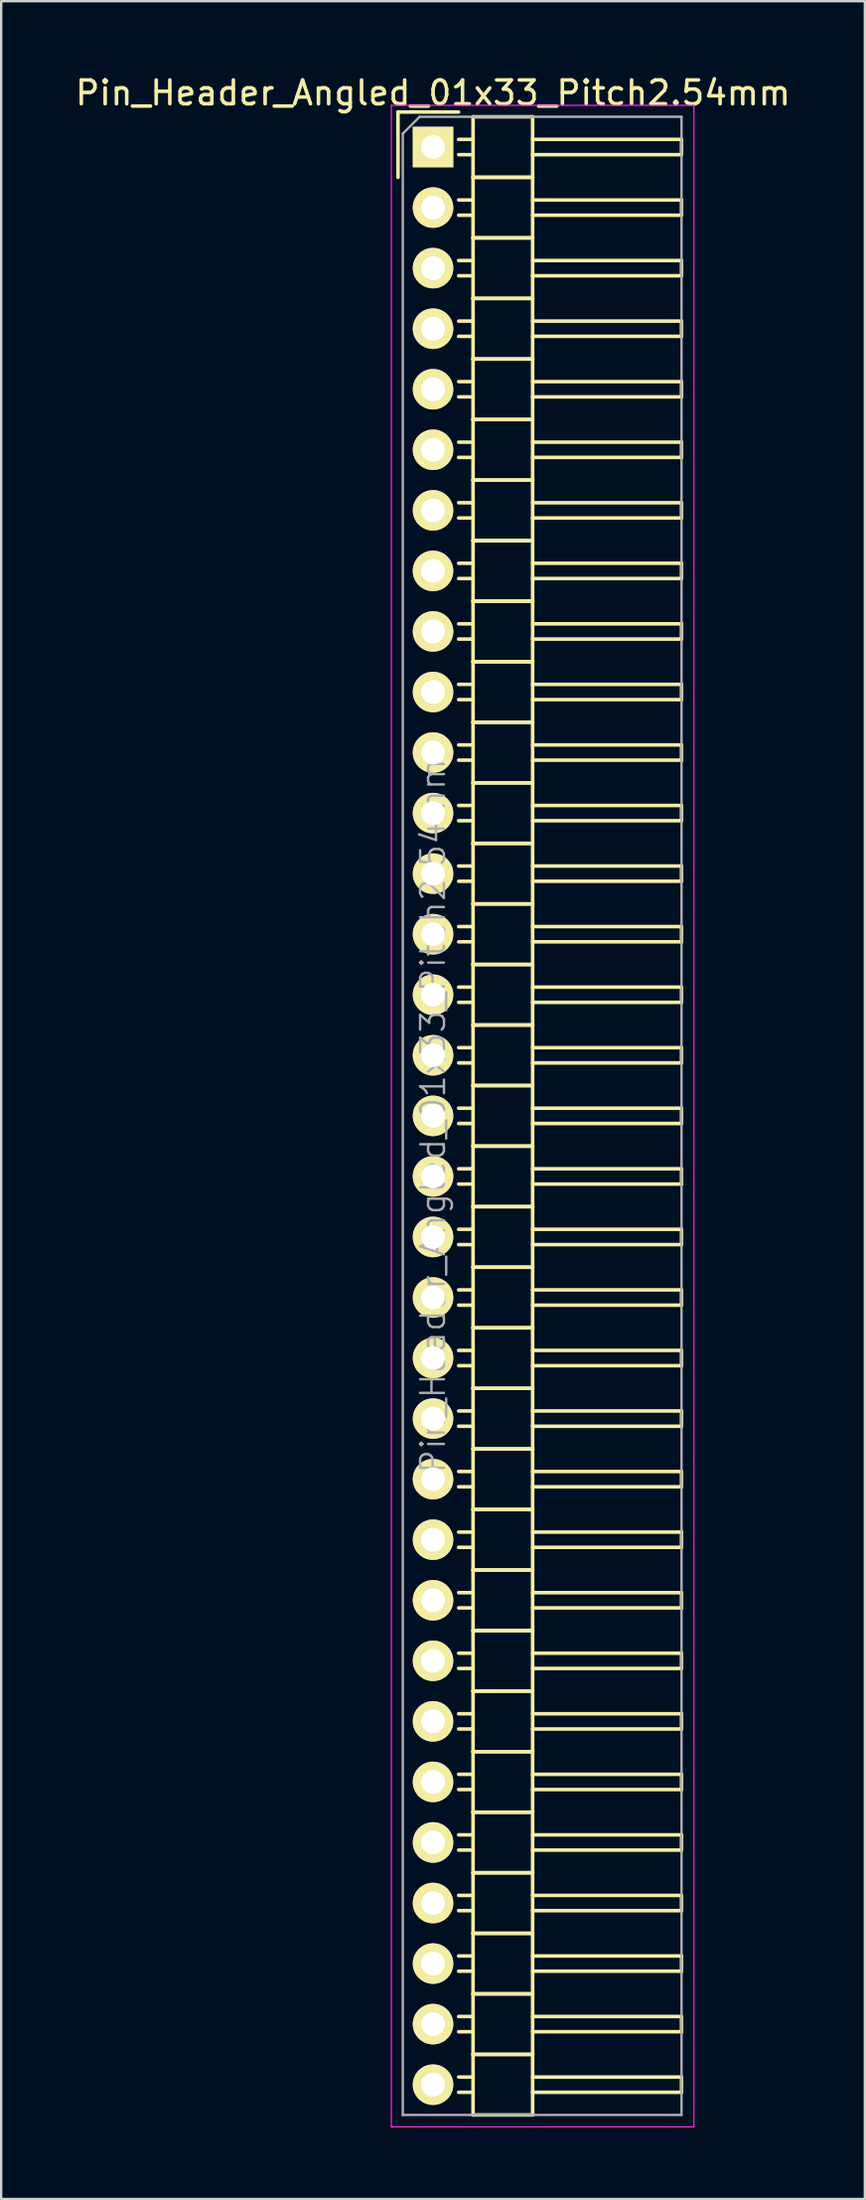
<source format=kicad_pcb>
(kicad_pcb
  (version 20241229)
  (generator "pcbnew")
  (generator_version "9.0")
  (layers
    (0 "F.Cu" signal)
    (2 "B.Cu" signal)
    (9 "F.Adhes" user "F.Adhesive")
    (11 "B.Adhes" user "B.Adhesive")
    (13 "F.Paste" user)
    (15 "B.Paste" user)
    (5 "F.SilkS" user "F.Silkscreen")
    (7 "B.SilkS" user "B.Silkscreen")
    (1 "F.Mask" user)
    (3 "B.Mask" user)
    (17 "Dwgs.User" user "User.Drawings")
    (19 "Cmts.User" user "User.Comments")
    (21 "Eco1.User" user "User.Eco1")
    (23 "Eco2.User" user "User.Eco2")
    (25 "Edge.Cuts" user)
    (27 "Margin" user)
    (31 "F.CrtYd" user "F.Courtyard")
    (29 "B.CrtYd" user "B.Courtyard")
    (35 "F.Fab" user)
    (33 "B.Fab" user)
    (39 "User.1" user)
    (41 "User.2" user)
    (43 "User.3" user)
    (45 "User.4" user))
  (footprint "Pin_Header_Angled_01x33_Pitch2.54mm"
    (layer "F.Cu")
    (at 15.125 3.118)
    (property "Reference" "Pin_Header_Angled_01x33_Pitch2.54mm" (at 0 -2.27 0) (layer "F.SilkS") (effects (font (size 1 1) (thickness 0.15))))
    (attr smd)
    (fp_line (start -1.47 -1.47) (end -1.47 1.27) (stroke (width 0.15) (type solid)) (layer "F.SilkS"))
    (fp_line (start -1.47 -1.47) (end 1.07 -1.47) (stroke (width 0.15) (type solid)) (layer "F.SilkS"))
    (fp_line (start 1.68 -0.32) (end 1.075 -0.32) (stroke (width 0.15) (type solid)) (layer "F.SilkS"))
    (fp_line (start 1.68 0.32) (end 1.075 0.32) (stroke (width 0.15) (type solid)) (layer "F.SilkS"))
    (fp_line (start 1.68 1.27) (end 1.68 -1.27) (stroke (width 0.15) (type solid)) (layer "F.SilkS"))
    (fp_line (start 1.68 2.22) (end 1.075 2.22) (stroke (width 0.15) (type solid)) (layer "F.SilkS"))
    (fp_line (start 1.68 2.86) (end 1.075 2.86) (stroke (width 0.15) (type solid)) (layer "F.SilkS"))
    (fp_line (start 1.68 3.81) (end 1.68 1.27) (stroke (width 0.15) (type solid)) (layer "F.SilkS"))
    (fp_line (start 1.68 4.76) (end 1.075 4.76) (stroke (width 0.15) (type solid)) (layer "F.SilkS"))
    (fp_line (start 1.68 5.4) (end 1.075 5.4) (stroke (width 0.15) (type solid)) (layer "F.SilkS"))
    (fp_line (start 1.68 6.35) (end 1.68 3.81) (stroke (width 0.15) (type solid)) (layer "F.SilkS"))
    (fp_line (start 1.68 7.3) (end 1.075 7.3) (stroke (width 0.15) (type solid)) (layer "F.SilkS"))
    (fp_line (start 1.68 7.94) (end 1.075 7.94) (stroke (width 0.15) (type solid)) (layer "F.SilkS"))
    (fp_line (start 1.68 8.89) (end 1.68 6.35) (stroke (width 0.15) (type solid)) (layer "F.SilkS"))
    (fp_line (start 1.68 9.84) (end 1.075 9.84) (stroke (width 0.15) (type solid)) (layer "F.SilkS"))
    (fp_line (start 1.68 10.48) (end 1.075 10.48) (stroke (width 0.15) (type solid)) (layer "F.SilkS"))
    (fp_line (start 1.68 11.43) (end 1.68 8.89) (stroke (width 0.15) (type solid)) (layer "F.SilkS"))
    (fp_line (start 1.68 12.38) (end 1.075 12.38) (stroke (width 0.15) (type solid)) (layer "F.SilkS"))
    (fp_line (start 1.68 13.02) (end 1.075 13.02) (stroke (width 0.15) (type solid)) (layer "F.SilkS"))
    (fp_line (start 1.68 13.97) (end 1.68 11.43) (stroke (width 0.15) (type solid)) (layer "F.SilkS"))
    (fp_line (start 1.68 14.92) (end 1.075 14.92) (stroke (width 0.15) (type solid)) (layer "F.SilkS"))
    (fp_line (start 1.68 15.56) (end 1.075 15.56) (stroke (width 0.15) (type solid)) (layer "F.SilkS"))
    (fp_line (start 1.68 16.51) (end 1.68 13.97) (stroke (width 0.15) (type solid)) (layer "F.SilkS"))
    (fp_line (start 1.68 17.46) (end 1.075 17.46) (stroke (width 0.15) (type solid)) (layer "F.SilkS"))
    (fp_line (start 1.68 18.1) (end 1.075 18.1) (stroke (width 0.15) (type solid)) (layer "F.SilkS"))
    (fp_line (start 1.68 19.05) (end 1.68 16.51) (stroke (width 0.15) (type solid)) (layer "F.SilkS"))
    (fp_line (start 1.68 20) (end 1.075 20) (stroke (width 0.15) (type solid)) (layer "F.SilkS"))
    (fp_line (start 1.68 20.64) (end 1.075 20.64) (stroke (width 0.15) (type solid)) (layer "F.SilkS"))
    (fp_line (start 1.68 21.59) (end 1.68 19.05) (stroke (width 0.15) (type solid)) (layer "F.SilkS"))
    (fp_line (start 1.68 22.54) (end 1.075 22.54) (stroke (width 0.15) (type solid)) (layer "F.SilkS"))
    (fp_line (start 1.68 23.18) (end 1.075 23.18) (stroke (width 0.15) (type solid)) (layer "F.SilkS"))
    (fp_line (start 1.68 24.13) (end 1.68 21.59) (stroke (width 0.15) (type solid)) (layer "F.SilkS"))
    (fp_line (start 1.68 25.08) (end 1.075 25.08) (stroke (width 0.15) (type solid)) (layer "F.SilkS"))
    (fp_line (start 1.68 25.72) (end 1.075 25.72) (stroke (width 0.15) (type solid)) (layer "F.SilkS"))
    (fp_line (start 1.68 26.67) (end 1.68 24.13) (stroke (width 0.15) (type solid)) (layer "F.SilkS"))
    (fp_line (start 1.68 27.62) (end 1.075 27.62) (stroke (width 0.15) (type solid)) (layer "F.SilkS"))
    (fp_line (start 1.68 28.26) (end 1.075 28.26) (stroke (width 0.15) (type solid)) (layer "F.SilkS"))
    (fp_line (start 1.68 29.21) (end 1.68 26.67) (stroke (width 0.15) (type solid)) (layer "F.SilkS"))
    (fp_line (start 1.68 30.16) (end 1.075 30.16) (stroke (width 0.15) (type solid)) (layer "F.SilkS"))
    (fp_line (start 1.68 30.8) (end 1.075 30.8) (stroke (width 0.15) (type solid)) (layer "F.SilkS"))
    (fp_line (start 1.68 31.75) (end 1.68 29.21) (stroke (width 0.15) (type solid)) (layer "F.SilkS"))
    (fp_line (start 1.68 32.7) (end 1.075 32.7) (stroke (width 0.15) (type solid)) (layer "F.SilkS"))
    (fp_line (start 1.68 33.34) (end 1.075 33.34) (stroke (width 0.15) (type solid)) (layer "F.SilkS"))
    (fp_line (start 1.68 34.29) (end 1.68 31.75) (stroke (width 0.15) (type solid)) (layer "F.SilkS"))
    (fp_line (start 1.68 35.24) (end 1.075 35.24) (stroke (width 0.15) (type solid)) (layer "F.SilkS"))
    (fp_line (start 1.68 35.88) (end 1.075 35.88) (stroke (width 0.15) (type solid)) (layer "F.SilkS"))
    (fp_line (start 1.68 36.83) (end 1.68 34.29) (stroke (width 0.15) (type solid)) (layer "F.SilkS"))
    (fp_line (start 1.68 37.78) (end 1.075 37.78) (stroke (width 0.15) (type solid)) (layer "F.SilkS"))
    (fp_line (start 1.68 38.42) (end 1.075 38.42) (stroke (width 0.15) (type solid)) (layer "F.SilkS"))
    (fp_line (start 1.68 39.37) (end 1.68 36.83) (stroke (width 0.15) (type solid)) (layer "F.SilkS"))
    (fp_line (start 1.68 40.32) (end 1.075 40.32) (stroke (width 0.15) (type solid)) (layer "F.SilkS"))
    (fp_line (start 1.68 40.96) (end 1.075 40.96) (stroke (width 0.15) (type solid)) (layer "F.SilkS"))
    (fp_line (start 1.68 41.91) (end 1.68 39.37) (stroke (width 0.15) (type solid)) (layer "F.SilkS"))
    (fp_line (start 1.68 42.86) (end 1.075 42.86) (stroke (width 0.15) (type solid)) (layer "F.SilkS"))
    (fp_line (start 1.68 43.5) (end 1.075 43.5) (stroke (width 0.15) (type solid)) (layer "F.SilkS"))
    (fp_line (start 1.68 44.45) (end 1.68 41.91) (stroke (width 0.15) (type solid)) (layer "F.SilkS"))
    (fp_line (start 1.68 45.4) (end 1.075 45.4) (stroke (width 0.15) (type solid)) (layer "F.SilkS"))
    (fp_line (start 1.68 46.04) (end 1.075 46.04) (stroke (width 0.15) (type solid)) (layer "F.SilkS"))
    (fp_line (start 1.68 46.99) (end 1.68 44.45) (stroke (width 0.15) (type solid)) (layer "F.SilkS"))
    (fp_line (start 1.68 47.94) (end 1.075 47.94) (stroke (width 0.15) (type solid)) (layer "F.SilkS"))
    (fp_line (start 1.68 48.58) (end 1.075 48.58) (stroke (width 0.15) (type solid)) (layer "F.SilkS"))
    (fp_line (start 1.68 49.53) (end 1.68 46.99) (stroke (width 0.15) (type solid)) (layer "F.SilkS"))
    (fp_line (start 1.68 50.48) (end 1.075 50.48) (stroke (width 0.15) (type solid)) (layer "F.SilkS"))
    (fp_line (start 1.68 51.12) (end 1.075 51.12) (stroke (width 0.15) (type solid)) (layer "F.SilkS"))
    (fp_line (start 1.68 52.07) (end 1.68 49.53) (stroke (width 0.15) (type solid)) (layer "F.SilkS"))
    (fp_line (start 1.68 53.02) (end 1.075 53.02) (stroke (width 0.15) (type solid)) (layer "F.SilkS"))
    (fp_line (start 1.68 53.66) (end 1.075 53.66) (stroke (width 0.15) (type solid)) (layer "F.SilkS"))
    (fp_line (start 1.68 54.61) (end 1.68 52.07) (stroke (width 0.15) (type solid)) (layer "F.SilkS"))
    (fp_line (start 1.68 55.56) (end 1.075 55.56) (stroke (width 0.15) (type solid)) (layer "F.SilkS"))
    (fp_line (start 1.68 56.2) (end 1.075 56.2) (stroke (width 0.15) (type solid)) (layer "F.SilkS"))
    (fp_line (start 1.68 57.15) (end 1.68 54.61) (stroke (width 0.15) (type solid)) (layer "F.SilkS"))
    (fp_line (start 1.68 58.1) (end 1.075 58.1) (stroke (width 0.15) (type solid)) (layer "F.SilkS"))
    (fp_line (start 1.68 58.74) (end 1.075 58.74) (stroke (width 0.15) (type solid)) (layer "F.SilkS"))
    (fp_line (start 1.68 59.69) (end 1.68 57.15) (stroke (width 0.15) (type solid)) (layer "F.SilkS"))
    (fp_line (start 1.68 60.64) (end 1.075 60.64) (stroke (width 0.15) (type solid)) (layer "F.SilkS"))
    (fp_line (start 1.68 61.28) (end 1.075 61.28) (stroke (width 0.15) (type solid)) (layer "F.SilkS"))
    (fp_line (start 1.68 62.23) (end 1.68 59.69) (stroke (width 0.15) (type solid)) (layer "F.SilkS"))
    (fp_line (start 1.68 63.18) (end 1.075 63.18) (stroke (width 0.15) (type solid)) (layer "F.SilkS"))
    (fp_line (start 1.68 63.82) (end 1.075 63.82) (stroke (width 0.15) (type solid)) (layer "F.SilkS"))
    (fp_line (start 1.68 64.77) (end 1.68 62.23) (stroke (width 0.15) (type solid)) (layer "F.SilkS"))
    (fp_line (start 1.68 65.72) (end 1.075 65.72) (stroke (width 0.15) (type solid)) (layer "F.SilkS"))
    (fp_line (start 1.68 66.36) (end 1.075 66.36) (stroke (width 0.15) (type solid)) (layer "F.SilkS"))
    (fp_line (start 1.68 67.31) (end 1.68 64.77) (stroke (width 0.15) (type solid)) (layer "F.SilkS"))
    (fp_line (start 1.68 68.26) (end 1.075 68.26) (stroke (width 0.15) (type solid)) (layer "F.SilkS"))
    (fp_line (start 1.68 68.9) (end 1.075 68.9) (stroke (width 0.15) (type solid)) (layer "F.SilkS"))
    (fp_line (start 1.68 69.85) (end 1.68 67.31) (stroke (width 0.15) (type solid)) (layer "F.SilkS"))
    (fp_line (start 1.68 70.8) (end 1.075 70.8) (stroke (width 0.15) (type solid)) (layer "F.SilkS"))
    (fp_line (start 1.68 71.44) (end 1.075 71.44) (stroke (width 0.15) (type solid)) (layer "F.SilkS"))
    (fp_line (start 1.68 72.39) (end 1.68 69.85) (stroke (width 0.15) (type solid)) (layer "F.SilkS"))
    (fp_line (start 1.68 73.34) (end 1.075 73.34) (stroke (width 0.15) (type solid)) (layer "F.SilkS"))
    (fp_line (start 1.68 73.98) (end 1.075 73.98) (stroke (width 0.15) (type solid)) (layer "F.SilkS"))
    (fp_line (start 1.68 74.93) (end 1.68 72.39) (stroke (width 0.15) (type solid)) (layer "F.SilkS"))
    (fp_line (start 1.68 75.88) (end 1.075 75.88) (stroke (width 0.15) (type solid)) (layer "F.SilkS"))
    (fp_line (start 1.68 76.52) (end 1.075 76.52) (stroke (width 0.15) (type solid)) (layer "F.SilkS"))
    (fp_line (start 1.68 77.47) (end 1.68 74.93) (stroke (width 0.15) (type solid)) (layer "F.SilkS"))
    (fp_line (start 1.68 78.42) (end 1.075 78.42) (stroke (width 0.15) (type solid)) (layer "F.SilkS"))
    (fp_line (start 1.68 79.06) (end 1.075 79.06) (stroke (width 0.15) (type solid)) (layer "F.SilkS"))
    (fp_line (start 1.68 80.01) (end 1.68 77.47) (stroke (width 0.15) (type solid)) (layer "F.SilkS"))
    (fp_line (start 1.68 80.96) (end 1.075 80.96) (stroke (width 0.15) (type solid)) (layer "F.SilkS"))
    (fp_line (start 1.68 81.6) (end 1.075 81.6) (stroke (width 0.15) (type solid)) (layer "F.SilkS"))
    (fp_line (start 1.68 82.55) (end 1.68 80.01) (stroke (width 0.15) (type solid)) (layer "F.SilkS"))
    (fp_line (start 4.18 -1.27) (end 1.68 -1.27) (stroke (width 0.15) (type solid)) (layer "F.SilkS"))
    (fp_line (start 4.18 -0.32) (end 10.43 -0.32) (stroke (width 0.15) (type solid)) (layer "F.SilkS"))
    (fp_line (start 4.18 0.32) (end 10.43 0.32) (stroke (width 0.15) (type solid)) (layer "F.SilkS"))
    (fp_line (start 4.18 1.27) (end 1.68 1.27) (stroke (width 0.15) (type solid)) (layer "F.SilkS"))
    (fp_line (start 4.18 1.27) (end 1.68 1.27) (stroke (width 0.15) (type solid)) (layer "F.SilkS"))
    (fp_line (start 4.18 1.27) (end 4.18 -1.27) (stroke (width 0.15) (type solid)) (layer "F.SilkS"))
    (fp_line (start 4.18 2.22) (end 10.43 2.22) (stroke (width 0.15) (type solid)) (layer "F.SilkS"))
    (fp_line (start 4.18 2.86) (end 10.43 2.86) (stroke (width 0.15) (type solid)) (layer "F.SilkS"))
    (fp_line (start 4.18 3.81) (end 1.68 3.81) (stroke (width 0.15) (type solid)) (layer "F.SilkS"))
    (fp_line (start 4.18 3.81) (end 1.68 3.81) (stroke (width 0.15) (type solid)) (layer "F.SilkS"))
    (fp_line (start 4.18 3.81) (end 4.18 1.27) (stroke (width 0.15) (type solid)) (layer "F.SilkS"))
    (fp_line (start 4.18 4.76) (end 10.43 4.76) (stroke (width 0.15) (type solid)) (layer "F.SilkS"))
    (fp_line (start 4.18 5.4) (end 10.43 5.4) (stroke (width 0.15) (type solid)) (layer "F.SilkS"))
    (fp_line (start 4.18 6.35) (end 1.68 6.35) (stroke (width 0.15) (type solid)) (layer "F.SilkS"))
    (fp_line (start 4.18 6.35) (end 1.68 6.35) (stroke (width 0.15) (type solid)) (layer "F.SilkS"))
    (fp_line (start 4.18 6.35) (end 4.18 3.81) (stroke (width 0.15) (type solid)) (layer "F.SilkS"))
    (fp_line (start 4.18 7.3) (end 10.43 7.3) (stroke (width 0.15) (type solid)) (layer "F.SilkS"))
    (fp_line (start 4.18 7.94) (end 10.43 7.94) (stroke (width 0.15) (type solid)) (layer "F.SilkS"))
    (fp_line (start 4.18 8.89) (end 1.68 8.89) (stroke (width 0.15) (type solid)) (layer "F.SilkS"))
    (fp_line (start 4.18 8.89) (end 1.68 8.89) (stroke (width 0.15) (type solid)) (layer "F.SilkS"))
    (fp_line (start 4.18 8.89) (end 4.18 6.35) (stroke (width 0.15) (type solid)) (layer "F.SilkS"))
    (fp_line (start 4.18 9.84) (end 10.43 9.84) (stroke (width 0.15) (type solid)) (layer "F.SilkS"))
    (fp_line (start 4.18 10.48) (end 10.43 10.48) (stroke (width 0.15) (type solid)) (layer "F.SilkS"))
    (fp_line (start 4.18 11.43) (end 1.68 11.43) (stroke (width 0.15) (type solid)) (layer "F.SilkS"))
    (fp_line (start 4.18 11.43) (end 1.68 11.43) (stroke (width 0.15) (type solid)) (layer "F.SilkS"))
    (fp_line (start 4.18 11.43) (end 4.18 8.89) (stroke (width 0.15) (type solid)) (layer "F.SilkS"))
    (fp_line (start 4.18 12.38) (end 10.43 12.38) (stroke (width 0.15) (type solid)) (layer "F.SilkS"))
    (fp_line (start 4.18 13.02) (end 10.43 13.02) (stroke (width 0.15) (type solid)) (layer "F.SilkS"))
    (fp_line (start 4.18 13.97) (end 1.68 13.97) (stroke (width 0.15) (type solid)) (layer "F.SilkS"))
    (fp_line (start 4.18 13.97) (end 1.68 13.97) (stroke (width 0.15) (type solid)) (layer "F.SilkS"))
    (fp_line (start 4.18 13.97) (end 4.18 11.43) (stroke (width 0.15) (type solid)) (layer "F.SilkS"))
    (fp_line (start 4.18 14.92) (end 10.43 14.92) (stroke (width 0.15) (type solid)) (layer "F.SilkS"))
    (fp_line (start 4.18 15.56) (end 10.43 15.56) (stroke (width 0.15) (type solid)) (layer "F.SilkS"))
    (fp_line (start 4.18 16.51) (end 1.68 16.51) (stroke (width 0.15) (type solid)) (layer "F.SilkS"))
    (fp_line (start 4.18 16.51) (end 1.68 16.51) (stroke (width 0.15) (type solid)) (layer "F.SilkS"))
    (fp_line (start 4.18 16.51) (end 4.18 13.97) (stroke (width 0.15) (type solid)) (layer "F.SilkS"))
    (fp_line (start 4.18 17.46) (end 10.43 17.46) (stroke (width 0.15) (type solid)) (layer "F.SilkS"))
    (fp_line (start 4.18 18.1) (end 10.43 18.1) (stroke (width 0.15) (type solid)) (layer "F.SilkS"))
    (fp_line (start 4.18 19.05) (end 1.68 19.05) (stroke (width 0.15) (type solid)) (layer "F.SilkS"))
    (fp_line (start 4.18 19.05) (end 1.68 19.05) (stroke (width 0.15) (type solid)) (layer "F.SilkS"))
    (fp_line (start 4.18 19.05) (end 4.18 16.51) (stroke (width 0.15) (type solid)) (layer "F.SilkS"))
    (fp_line (start 4.18 20) (end 10.43 20) (stroke (width 0.15) (type solid)) (layer "F.SilkS"))
    (fp_line (start 4.18 20.64) (end 10.43 20.64) (stroke (width 0.15) (type solid)) (layer "F.SilkS"))
    (fp_line (start 4.18 21.59) (end 1.68 21.59) (stroke (width 0.15) (type solid)) (layer "F.SilkS"))
    (fp_line (start 4.18 21.59) (end 1.68 21.59) (stroke (width 0.15) (type solid)) (layer "F.SilkS"))
    (fp_line (start 4.18 21.59) (end 4.18 19.05) (stroke (width 0.15) (type solid)) (layer "F.SilkS"))
    (fp_line (start 4.18 22.54) (end 10.43 22.54) (stroke (width 0.15) (type solid)) (layer "F.SilkS"))
    (fp_line (start 4.18 23.18) (end 10.43 23.18) (stroke (width 0.15) (type solid)) (layer "F.SilkS"))
    (fp_line (start 4.18 24.13) (end 1.68 24.13) (stroke (width 0.15) (type solid)) (layer "F.SilkS"))
    (fp_line (start 4.18 24.13) (end 1.68 24.13) (stroke (width 0.15) (type solid)) (layer "F.SilkS"))
    (fp_line (start 4.18 24.13) (end 4.18 21.59) (stroke (width 0.15) (type solid)) (layer "F.SilkS"))
    (fp_line (start 4.18 25.08) (end 10.43 25.08) (stroke (width 0.15) (type solid)) (layer "F.SilkS"))
    (fp_line (start 4.18 25.72) (end 10.43 25.72) (stroke (width 0.15) (type solid)) (layer "F.SilkS"))
    (fp_line (start 4.18 26.67) (end 1.68 26.67) (stroke (width 0.15) (type solid)) (layer "F.SilkS"))
    (fp_line (start 4.18 26.67) (end 1.68 26.67) (stroke (width 0.15) (type solid)) (layer "F.SilkS"))
    (fp_line (start 4.18 26.67) (end 4.18 24.13) (stroke (width 0.15) (type solid)) (layer "F.SilkS"))
    (fp_line (start 4.18 27.62) (end 10.43 27.62) (stroke (width 0.15) (type solid)) (layer "F.SilkS"))
    (fp_line (start 4.18 28.26) (end 10.43 28.26) (stroke (width 0.15) (type solid)) (layer "F.SilkS"))
    (fp_line (start 4.18 29.21) (end 1.68 29.21) (stroke (width 0.15) (type solid)) (layer "F.SilkS"))
    (fp_line (start 4.18 29.21) (end 1.68 29.21) (stroke (width 0.15) (type solid)) (layer "F.SilkS"))
    (fp_line (start 4.18 29.21) (end 4.18 26.67) (stroke (width 0.15) (type solid)) (layer "F.SilkS"))
    (fp_line (start 4.18 30.16) (end 10.43 30.16) (stroke (width 0.15) (type solid)) (layer "F.SilkS"))
    (fp_line (start 4.18 30.8) (end 10.43 30.8) (stroke (width 0.15) (type solid)) (layer "F.SilkS"))
    (fp_line (start 4.18 31.75) (end 1.68 31.75) (stroke (width 0.15) (type solid)) (layer "F.SilkS"))
    (fp_line (start 4.18 31.75) (end 1.68 31.75) (stroke (width 0.15) (type solid)) (layer "F.SilkS"))
    (fp_line (start 4.18 31.75) (end 4.18 29.21) (stroke (width 0.15) (type solid)) (layer "F.SilkS"))
    (fp_line (start 4.18 32.7) (end 10.43 32.7) (stroke (width 0.15) (type solid)) (layer "F.SilkS"))
    (fp_line (start 4.18 33.34) (end 10.43 33.34) (stroke (width 0.15) (type solid)) (layer "F.SilkS"))
    (fp_line (start 4.18 34.29) (end 1.68 34.29) (stroke (width 0.15) (type solid)) (layer "F.SilkS"))
    (fp_line (start 4.18 34.29) (end 1.68 34.29) (stroke (width 0.15) (type solid)) (layer "F.SilkS"))
    (fp_line (start 4.18 34.29) (end 4.18 31.75) (stroke (width 0.15) (type solid)) (layer "F.SilkS"))
    (fp_line (start 4.18 35.24) (end 10.43 35.24) (stroke (width 0.15) (type solid)) (layer "F.SilkS"))
    (fp_line (start 4.18 35.88) (end 10.43 35.88) (stroke (width 0.15) (type solid)) (layer "F.SilkS"))
    (fp_line (start 4.18 36.83) (end 1.68 36.83) (stroke (width 0.15) (type solid)) (layer "F.SilkS"))
    (fp_line (start 4.18 36.83) (end 1.68 36.83) (stroke (width 0.15) (type solid)) (layer "F.SilkS"))
    (fp_line (start 4.18 36.83) (end 4.18 34.29) (stroke (width 0.15) (type solid)) (layer "F.SilkS"))
    (fp_line (start 4.18 37.78) (end 10.43 37.78) (stroke (width 0.15) (type solid)) (layer "F.SilkS"))
    (fp_line (start 4.18 38.42) (end 10.43 38.42) (stroke (width 0.15) (type solid)) (layer "F.SilkS"))
    (fp_line (start 4.18 39.37) (end 1.68 39.37) (stroke (width 0.15) (type solid)) (layer "F.SilkS"))
    (fp_line (start 4.18 39.37) (end 1.68 39.37) (stroke (width 0.15) (type solid)) (layer "F.SilkS"))
    (fp_line (start 4.18 39.37) (end 4.18 36.83) (stroke (width 0.15) (type solid)) (layer "F.SilkS"))
    (fp_line (start 4.18 40.32) (end 10.43 40.32) (stroke (width 0.15) (type solid)) (layer "F.SilkS"))
    (fp_line (start 4.18 40.96) (end 10.43 40.96) (stroke (width 0.15) (type solid)) (layer "F.SilkS"))
    (fp_line (start 4.18 41.91) (end 1.68 41.91) (stroke (width 0.15) (type solid)) (layer "F.SilkS"))
    (fp_line (start 4.18 41.91) (end 1.68 41.91) (stroke (width 0.15) (type solid)) (layer "F.SilkS"))
    (fp_line (start 4.18 41.91) (end 4.18 39.37) (stroke (width 0.15) (type solid)) (layer "F.SilkS"))
    (fp_line (start 4.18 42.86) (end 10.43 42.86) (stroke (width 0.15) (type solid)) (layer "F.SilkS"))
    (fp_line (start 4.18 43.5) (end 10.43 43.5) (stroke (width 0.15) (type solid)) (layer "F.SilkS"))
    (fp_line (start 4.18 44.45) (end 1.68 44.45) (stroke (width 0.15) (type solid)) (layer "F.SilkS"))
    (fp_line (start 4.18 44.45) (end 1.68 44.45) (stroke (width 0.15) (type solid)) (layer "F.SilkS"))
    (fp_line (start 4.18 44.45) (end 4.18 41.91) (stroke (width 0.15) (type solid)) (layer "F.SilkS"))
    (fp_line (start 4.18 45.4) (end 10.43 45.4) (stroke (width 0.15) (type solid)) (layer "F.SilkS"))
    (fp_line (start 4.18 46.04) (end 10.43 46.04) (stroke (width 0.15) (type solid)) (layer "F.SilkS"))
    (fp_line (start 4.18 46.99) (end 1.68 46.99) (stroke (width 0.15) (type solid)) (layer "F.SilkS"))
    (fp_line (start 4.18 46.99) (end 1.68 46.99) (stroke (width 0.15) (type solid)) (layer "F.SilkS"))
    (fp_line (start 4.18 46.99) (end 4.18 44.45) (stroke (width 0.15) (type solid)) (layer "F.SilkS"))
    (fp_line (start 4.18 47.94) (end 10.43 47.94) (stroke (width 0.15) (type solid)) (layer "F.SilkS"))
    (fp_line (start 4.18 48.58) (end 10.43 48.58) (stroke (width 0.15) (type solid)) (layer "F.SilkS"))
    (fp_line (start 4.18 49.53) (end 1.68 49.53) (stroke (width 0.15) (type solid)) (layer "F.SilkS"))
    (fp_line (start 4.18 49.53) (end 1.68 49.53) (stroke (width 0.15) (type solid)) (layer "F.SilkS"))
    (fp_line (start 4.18 49.53) (end 4.18 46.99) (stroke (width 0.15) (type solid)) (layer "F.SilkS"))
    (fp_line (start 4.18 50.48) (end 10.43 50.48) (stroke (width 0.15) (type solid)) (layer "F.SilkS"))
    (fp_line (start 4.18 51.12) (end 10.43 51.12) (stroke (width 0.15) (type solid)) (layer "F.SilkS"))
    (fp_line (start 4.18 52.07) (end 1.68 52.07) (stroke (width 0.15) (type solid)) (layer "F.SilkS"))
    (fp_line (start 4.18 52.07) (end 1.68 52.07) (stroke (width 0.15) (type solid)) (layer "F.SilkS"))
    (fp_line (start 4.18 52.07) (end 4.18 49.53) (stroke (width 0.15) (type solid)) (layer "F.SilkS"))
    (fp_line (start 4.18 53.02) (end 10.43 53.02) (stroke (width 0.15) (type solid)) (layer "F.SilkS"))
    (fp_line (start 4.18 53.66) (end 10.43 53.66) (stroke (width 0.15) (type solid)) (layer "F.SilkS"))
    (fp_line (start 4.18 54.61) (end 1.68 54.61) (stroke (width 0.15) (type solid)) (layer "F.SilkS"))
    (fp_line (start 4.18 54.61) (end 1.68 54.61) (stroke (width 0.15) (type solid)) (layer "F.SilkS"))
    (fp_line (start 4.18 54.61) (end 4.18 52.07) (stroke (width 0.15) (type solid)) (layer "F.SilkS"))
    (fp_line (start 4.18 55.56) (end 10.43 55.56) (stroke (width 0.15) (type solid)) (layer "F.SilkS"))
    (fp_line (start 4.18 56.2) (end 10.43 56.2) (stroke (width 0.15) (type solid)) (layer "F.SilkS"))
    (fp_line (start 4.18 57.15) (end 1.68 57.15) (stroke (width 0.15) (type solid)) (layer "F.SilkS"))
    (fp_line (start 4.18 57.15) (end 1.68 57.15) (stroke (width 0.15) (type solid)) (layer "F.SilkS"))
    (fp_line (start 4.18 57.15) (end 4.18 54.61) (stroke (width 0.15) (type solid)) (layer "F.SilkS"))
    (fp_line (start 4.18 58.1) (end 10.43 58.1) (stroke (width 0.15) (type solid)) (layer "F.SilkS"))
    (fp_line (start 4.18 58.74) (end 10.43 58.74) (stroke (width 0.15) (type solid)) (layer "F.SilkS"))
    (fp_line (start 4.18 59.69) (end 1.68 59.69) (stroke (width 0.15) (type solid)) (layer "F.SilkS"))
    (fp_line (start 4.18 59.69) (end 1.68 59.69) (stroke (width 0.15) (type solid)) (layer "F.SilkS"))
    (fp_line (start 4.18 59.69) (end 4.18 57.15) (stroke (width 0.15) (type solid)) (layer "F.SilkS"))
    (fp_line (start 4.18 60.64) (end 10.43 60.64) (stroke (width 0.15) (type solid)) (layer "F.SilkS"))
    (fp_line (start 4.18 61.28) (end 10.43 61.28) (stroke (width 0.15) (type solid)) (layer "F.SilkS"))
    (fp_line (start 4.18 62.23) (end 1.68 62.23) (stroke (width 0.15) (type solid)) (layer "F.SilkS"))
    (fp_line (start 4.18 62.23) (end 1.68 62.23) (stroke (width 0.15) (type solid)) (layer "F.SilkS"))
    (fp_line (start 4.18 62.23) (end 4.18 59.69) (stroke (width 0.15) (type solid)) (layer "F.SilkS"))
    (fp_line (start 4.18 63.18) (end 10.43 63.18) (stroke (width 0.15) (type solid)) (layer "F.SilkS"))
    (fp_line (start 4.18 63.82) (end 10.43 63.82) (stroke (width 0.15) (type solid)) (layer "F.SilkS"))
    (fp_line (start 4.18 64.77) (end 1.68 64.77) (stroke (width 0.15) (type solid)) (layer "F.SilkS"))
    (fp_line (start 4.18 64.77) (end 1.68 64.77) (stroke (width 0.15) (type solid)) (layer "F.SilkS"))
    (fp_line (start 4.18 64.77) (end 4.18 62.23) (stroke (width 0.15) (type solid)) (layer "F.SilkS"))
    (fp_line (start 4.18 65.72) (end 10.43 65.72) (stroke (width 0.15) (type solid)) (layer "F.SilkS"))
    (fp_line (start 4.18 66.36) (end 10.43 66.36) (stroke (width 0.15) (type solid)) (layer "F.SilkS"))
    (fp_line (start 4.18 67.31) (end 1.68 67.31) (stroke (width 0.15) (type solid)) (layer "F.SilkS"))
    (fp_line (start 4.18 67.31) (end 1.68 67.31) (stroke (width 0.15) (type solid)) (layer "F.SilkS"))
    (fp_line (start 4.18 67.31) (end 4.18 64.77) (stroke (width 0.15) (type solid)) (layer "F.SilkS"))
    (fp_line (start 4.18 68.26) (end 10.43 68.26) (stroke (width 0.15) (type solid)) (layer "F.SilkS"))
    (fp_line (start 4.18 68.9) (end 10.43 68.9) (stroke (width 0.15) (type solid)) (layer "F.SilkS"))
    (fp_line (start 4.18 69.85) (end 1.68 69.85) (stroke (width 0.15) (type solid)) (layer "F.SilkS"))
    (fp_line (start 4.18 69.85) (end 1.68 69.85) (stroke (width 0.15) (type solid)) (layer "F.SilkS"))
    (fp_line (start 4.18 69.85) (end 4.18 67.31) (stroke (width 0.15) (type solid)) (layer "F.SilkS"))
    (fp_line (start 4.18 70.8) (end 10.43 70.8) (stroke (width 0.15) (type solid)) (layer "F.SilkS"))
    (fp_line (start 4.18 71.44) (end 10.43 71.44) (stroke (width 0.15) (type solid)) (layer "F.SilkS"))
    (fp_line (start 4.18 72.39) (end 1.68 72.39) (stroke (width 0.15) (type solid)) (layer "F.SilkS"))
    (fp_line (start 4.18 72.39) (end 1.68 72.39) (stroke (width 0.15) (type solid)) (layer "F.SilkS"))
    (fp_line (start 4.18 72.39) (end 4.18 69.85) (stroke (width 0.15) (type solid)) (layer "F.SilkS"))
    (fp_line (start 4.18 73.34) (end 10.43 73.34) (stroke (width 0.15) (type solid)) (layer "F.SilkS"))
    (fp_line (start 4.18 73.98) (end 10.43 73.98) (stroke (width 0.15) (type solid)) (layer "F.SilkS"))
    (fp_line (start 4.18 74.93) (end 1.68 74.93) (stroke (width 0.15) (type solid)) (layer "F.SilkS"))
    (fp_line (start 4.18 74.93) (end 1.68 74.93) (stroke (width 0.15) (type solid)) (layer "F.SilkS"))
    (fp_line (start 4.18 74.93) (end 4.18 72.39) (stroke (width 0.15) (type solid)) (layer "F.SilkS"))
    (fp_line (start 4.18 75.88) (end 10.43 75.88) (stroke (width 0.15) (type solid)) (layer "F.SilkS"))
    (fp_line (start 4.18 76.52) (end 10.43 76.52) (stroke (width 0.15) (type solid)) (layer "F.SilkS"))
    (fp_line (start 4.18 77.47) (end 1.68 77.47) (stroke (width 0.15) (type solid)) (layer "F.SilkS"))
    (fp_line (start 4.18 77.47) (end 1.68 77.47) (stroke (width 0.15) (type solid)) (layer "F.SilkS"))
    (fp_line (start 4.18 77.47) (end 4.18 74.93) (stroke (width 0.15) (type solid)) (layer "F.SilkS"))
    (fp_line (start 4.18 78.42) (end 10.43 78.42) (stroke (width 0.15) (type solid)) (layer "F.SilkS"))
    (fp_line (start 4.18 79.06) (end 10.43 79.06) (stroke (width 0.15) (type solid)) (layer "F.SilkS"))
    (fp_line (start 4.18 80.01) (end 1.68 80.01) (stroke (width 0.15) (type solid)) (layer "F.SilkS"))
    (fp_line (start 4.18 80.01) (end 1.68 80.01) (stroke (width 0.15) (type solid)) (layer "F.SilkS"))
    (fp_line (start 4.18 80.01) (end 4.18 77.47) (stroke (width 0.15) (type solid)) (layer "F.SilkS"))
    (fp_line (start 4.18 80.96) (end 10.43 80.96) (stroke (width 0.15) (type solid)) (layer "F.SilkS"))
    (fp_line (start 4.18 81.6) (end 10.43 81.6) (stroke (width 0.15) (type solid)) (layer "F.SilkS"))
    (fp_line (start 4.18 82.55) (end 1.68 82.55) (stroke (width 0.15) (type solid)) (layer "F.SilkS"))
    (fp_line (start 4.18 82.55) (end 4.18 80.01) (stroke (width 0.15) (type solid)) (layer "F.SilkS"))
    (fp_line (start 10.43 0.32) (end 10.43 -0.32) (stroke (width 0.15) (type solid)) (layer "F.SilkS"))
    (fp_line (start 10.43 2.86) (end 10.43 2.22) (stroke (width 0.15) (type solid)) (layer "F.SilkS"))
    (fp_line (start 10.43 5.4) (end 10.43 4.76) (stroke (width 0.15) (type solid)) (layer "F.SilkS"))
    (fp_line (start 10.43 7.94) (end 10.43 7.3) (stroke (width 0.15) (type solid)) (layer "F.SilkS"))
    (fp_line (start 10.43 10.48) (end 10.43 9.84) (stroke (width 0.15) (type solid)) (layer "F.SilkS"))
    (fp_line (start 10.43 13.02) (end 10.43 12.38) (stroke (width 0.15) (type solid)) (layer "F.SilkS"))
    (fp_line (start 10.43 15.56) (end 10.43 14.92) (stroke (width 0.15) (type solid)) (layer "F.SilkS"))
    (fp_line (start 10.43 18.1) (end 10.43 17.46) (stroke (width 0.15) (type solid)) (layer "F.SilkS"))
    (fp_line (start 10.43 20.64) (end 10.43 20) (stroke (width 0.15) (type solid)) (layer "F.SilkS"))
    (fp_line (start 10.43 23.18) (end 10.43 22.54) (stroke (width 0.15) (type solid)) (layer "F.SilkS"))
    (fp_line (start 10.43 25.72) (end 10.43 25.08) (stroke (width 0.15) (type solid)) (layer "F.SilkS"))
    (fp_line (start 10.43 28.26) (end 10.43 27.62) (stroke (width 0.15) (type solid)) (layer "F.SilkS"))
    (fp_line (start 10.43 30.8) (end 10.43 30.16) (stroke (width 0.15) (type solid)) (layer "F.SilkS"))
    (fp_line (start 10.43 33.34) (end 10.43 32.7) (stroke (width 0.15) (type solid)) (layer "F.SilkS"))
    (fp_line (start 10.43 35.88) (end 10.43 35.24) (stroke (width 0.15) (type solid)) (layer "F.SilkS"))
    (fp_line (start 10.43 38.42) (end 10.43 37.78) (stroke (width 0.15) (type solid)) (layer "F.SilkS"))
    (fp_line (start 10.43 40.96) (end 10.43 40.32) (stroke (width 0.15) (type solid)) (layer "F.SilkS"))
    (fp_line (start 10.43 43.5) (end 10.43 42.86) (stroke (width 0.15) (type solid)) (layer "F.SilkS"))
    (fp_line (start 10.43 46.04) (end 10.43 45.4) (stroke (width 0.15) (type solid)) (layer "F.SilkS"))
    (fp_line (start 10.43 48.58) (end 10.43 47.94) (stroke (width 0.15) (type solid)) (layer "F.SilkS"))
    (fp_line (start 10.43 51.12) (end 10.43 50.48) (stroke (width 0.15) (type solid)) (layer "F.SilkS"))
    (fp_line (start 10.43 53.66) (end 10.43 53.02) (stroke (width 0.15) (type solid)) (layer "F.SilkS"))
    (fp_line (start 10.43 56.2) (end 10.43 55.56) (stroke (width 0.15) (type solid)) (layer "F.SilkS"))
    (fp_line (start 10.43 58.74) (end 10.43 58.1) (stroke (width 0.15) (type solid)) (layer "F.SilkS"))
    (fp_line (start 10.43 61.28) (end 10.43 60.64) (stroke (width 0.15) (type solid)) (layer "F.SilkS"))
    (fp_line (start 10.43 63.82) (end 10.43 63.18) (stroke (width 0.15) (type solid)) (layer "F.SilkS"))
    (fp_line (start 10.43 66.36) (end 10.43 65.72) (stroke (width 0.15) (type solid)) (layer "F.SilkS"))
    (fp_line (start 10.43 68.9) (end 10.43 68.26) (stroke (width 0.15) (type solid)) (layer "F.SilkS"))
    (fp_line (start 10.43 71.44) (end 10.43 70.8) (stroke (width 0.15) (type solid)) (layer "F.SilkS"))
    (fp_line (start 10.43 73.98) (end 10.43 73.34) (stroke (width 0.15) (type solid)) (layer "F.SilkS"))
    (fp_line (start 10.43 76.52) (end 10.43 75.88) (stroke (width 0.15) (type solid)) (layer "F.SilkS"))
    (fp_line (start 10.43 79.06) (end 10.43 78.42) (stroke (width 0.15) (type solid)) (layer "F.SilkS"))
    (fp_line (start 10.43 81.6) (end 10.43 80.96) (stroke (width 0.15) (type solid)) (layer "F.SilkS"))
    (fp_line (start -1.75 -1.75) (end -1.75 83.05) (stroke (width 0.05) (type solid)) (layer "F.CrtYd"))
    (fp_line (start 10.95 -1.75) (end -1.75 -1.75) (stroke (width 0.05) (type solid)) (layer "F.CrtYd"))
    (fp_line (start 10.95 -1.75) (end 10.95 83.05) (stroke (width 0.05) (type solid)) (layer "F.CrtYd"))
    (fp_line (start 10.95 83.05) (end -1.75 83.05) (stroke (width 0.05) (type solid)) (layer "F.CrtYd"))
    (fp_line (start -1.27 -0.563) (end -0.563 -1.27) (stroke (width 0.1) (type solid)) (layer "F.Fab"))
    (fp_line (start -1.27 82.55) (end -1.27 -0.563) (stroke (width 0.1) (type solid)) (layer "F.Fab"))
    (fp_line (start 10.43 -1.27) (end -0.563 -1.27) (stroke (width 0.1) (type solid)) (layer "F.Fab"))
    (fp_line (start 10.43 82.55) (end -1.27 82.55) (stroke (width 0.1) (type solid)) (layer "F.Fab"))
    (fp_line (start 10.43 82.55) (end 10.43 -1.27) (stroke (width 0.1) (type solid)) (layer "F.Fab"))
    (fp_text user "${REFERENCE}" (at 0 40.64 90) (layer "F.Fab") (effects (font (size 1 1) (thickness 0.1))))
    (pad "1" thru_hole rect (at 0 0) (size 1.7 1.7) (drill 1) (layers "*.Cu" "*.Mask" "F.SilkS"))
    (pad "2" thru_hole oval (at 0 2.54) (size 1.7 1.7) (drill 1) (layers "*.Cu" "*.Mask" "F.SilkS"))
    (pad "3" thru_hole oval (at 0 5.08) (size 1.7 1.7) (drill 1) (layers "*.Cu" "*.Mask" "F.SilkS"))
    (pad "4" thru_hole oval (at 0 7.62) (size 1.7 1.7) (drill 1) (layers "*.Cu" "*.Mask" "F.SilkS"))
    (pad "5" thru_hole oval (at 0 10.16) (size 1.7 1.7) (drill 1) (layers "*.Cu" "*.Mask" "F.SilkS"))
    (pad "6" thru_hole oval (at 0 12.7) (size 1.7 1.7) (drill 1) (layers "*.Cu" "*.Mask" "F.SilkS"))
    (pad "7" thru_hole oval (at 0 15.24) (size 1.7 1.7) (drill 1) (layers "*.Cu" "*.Mask" "F.SilkS"))
    (pad "8" thru_hole oval (at 0 17.78) (size 1.7 1.7) (drill 1) (layers "*.Cu" "*.Mask" "F.SilkS"))
    (pad "9" thru_hole oval (at 0 20.32) (size 1.7 1.7) (drill 1) (layers "*.Cu" "*.Mask" "F.SilkS"))
    (pad "10" thru_hole oval (at 0 22.86) (size 1.7 1.7) (drill 1) (layers "*.Cu" "*.Mask" "F.SilkS"))
    (pad "11" thru_hole oval (at 0 25.4) (size 1.7 1.7) (drill 1) (layers "*.Cu" "*.Mask" "F.SilkS"))
    (pad "12" thru_hole oval (at 0 27.94) (size 1.7 1.7) (drill 1) (layers "*.Cu" "*.Mask" "F.SilkS"))
    (pad "13" thru_hole oval (at 0 30.48) (size 1.7 1.7) (drill 1) (layers "*.Cu" "*.Mask" "F.SilkS"))
    (pad "14" thru_hole oval (at 0 33.02) (size 1.7 1.7) (drill 1) (layers "*.Cu" "*.Mask" "F.SilkS"))
    (pad "15" thru_hole oval (at 0 35.56) (size 1.7 1.7) (drill 1) (layers "*.Cu" "*.Mask" "F.SilkS"))
    (pad "16" thru_hole oval (at 0 38.1) (size 1.7 1.7) (drill 1) (layers "*.Cu" "*.Mask" "F.SilkS"))
    (pad "17" thru_hole oval (at 0 40.64) (size 1.7 1.7) (drill 1) (layers "*.Cu" "*.Mask" "F.SilkS"))
    (pad "18" thru_hole oval (at 0 43.18) (size 1.7 1.7) (drill 1) (layers "*.Cu" "*.Mask" "F.SilkS"))
    (pad "19" thru_hole oval (at 0 45.72) (size 1.7 1.7) (drill 1) (layers "*.Cu" "*.Mask" "F.SilkS"))
    (pad "20" thru_hole oval (at 0 48.26) (size 1.7 1.7) (drill 1) (layers "*.Cu" "*.Mask" "F.SilkS"))
    (pad "21" thru_hole oval (at 0 50.8) (size 1.7 1.7) (drill 1) (layers "*.Cu" "*.Mask" "F.SilkS"))
    (pad "22" thru_hole oval (at 0 53.34) (size 1.7 1.7) (drill 1) (layers "*.Cu" "*.Mask" "F.SilkS"))
    (pad "23" thru_hole oval (at 0 55.88) (size 1.7 1.7) (drill 1) (layers "*.Cu" "*.Mask" "F.SilkS"))
    (pad "24" thru_hole oval (at 0 58.42) (size 1.7 1.7) (drill 1) (layers "*.Cu" "*.Mask" "F.SilkS"))
    (pad "25" thru_hole oval (at 0 60.96) (size 1.7 1.7) (drill 1) (layers "*.Cu" "*.Mask" "F.SilkS"))
    (pad "26" thru_hole oval (at 0 63.5) (size 1.7 1.7) (drill 1) (layers "*.Cu" "*.Mask" "F.SilkS"))
    (pad "27" thru_hole oval (at 0 66.04) (size 1.7 1.7) (drill 1) (layers "*.Cu" "*.Mask" "F.SilkS"))
    (pad "28" thru_hole oval (at 0 68.58) (size 1.7 1.7) (drill 1) (layers "*.Cu" "*.Mask" "F.SilkS"))
    (pad "29" thru_hole oval (at 0 71.12) (size 1.7 1.7) (drill 1) (layers "*.Cu" "*.Mask" "F.SilkS"))
    (pad "30" thru_hole oval (at 0 73.66) (size 1.7 1.7) (drill 1) (layers "*.Cu" "*.Mask" "F.SilkS"))
    (pad "31" thru_hole oval (at 0 76.2) (size 1.7 1.7) (drill 1) (layers "*.Cu" "*.Mask" "F.SilkS"))
    (pad "32" thru_hole oval (at 0 78.74) (size 1.7 1.7) (drill 1) (layers "*.Cu" "*.Mask" "F.SilkS"))
    (pad "33" thru_hole oval (at 0 81.28) (size 1.7 1.7) (drill 1) (layers "*.Cu" "*.Mask" "F.SilkS")))
  (gr_rect
    (start -3 -3)
    (end 33.25 89.193)
    (stroke (width 0.1) (type default))
    (fill no)
    (layer "Edge.Cuts")))
</source>
